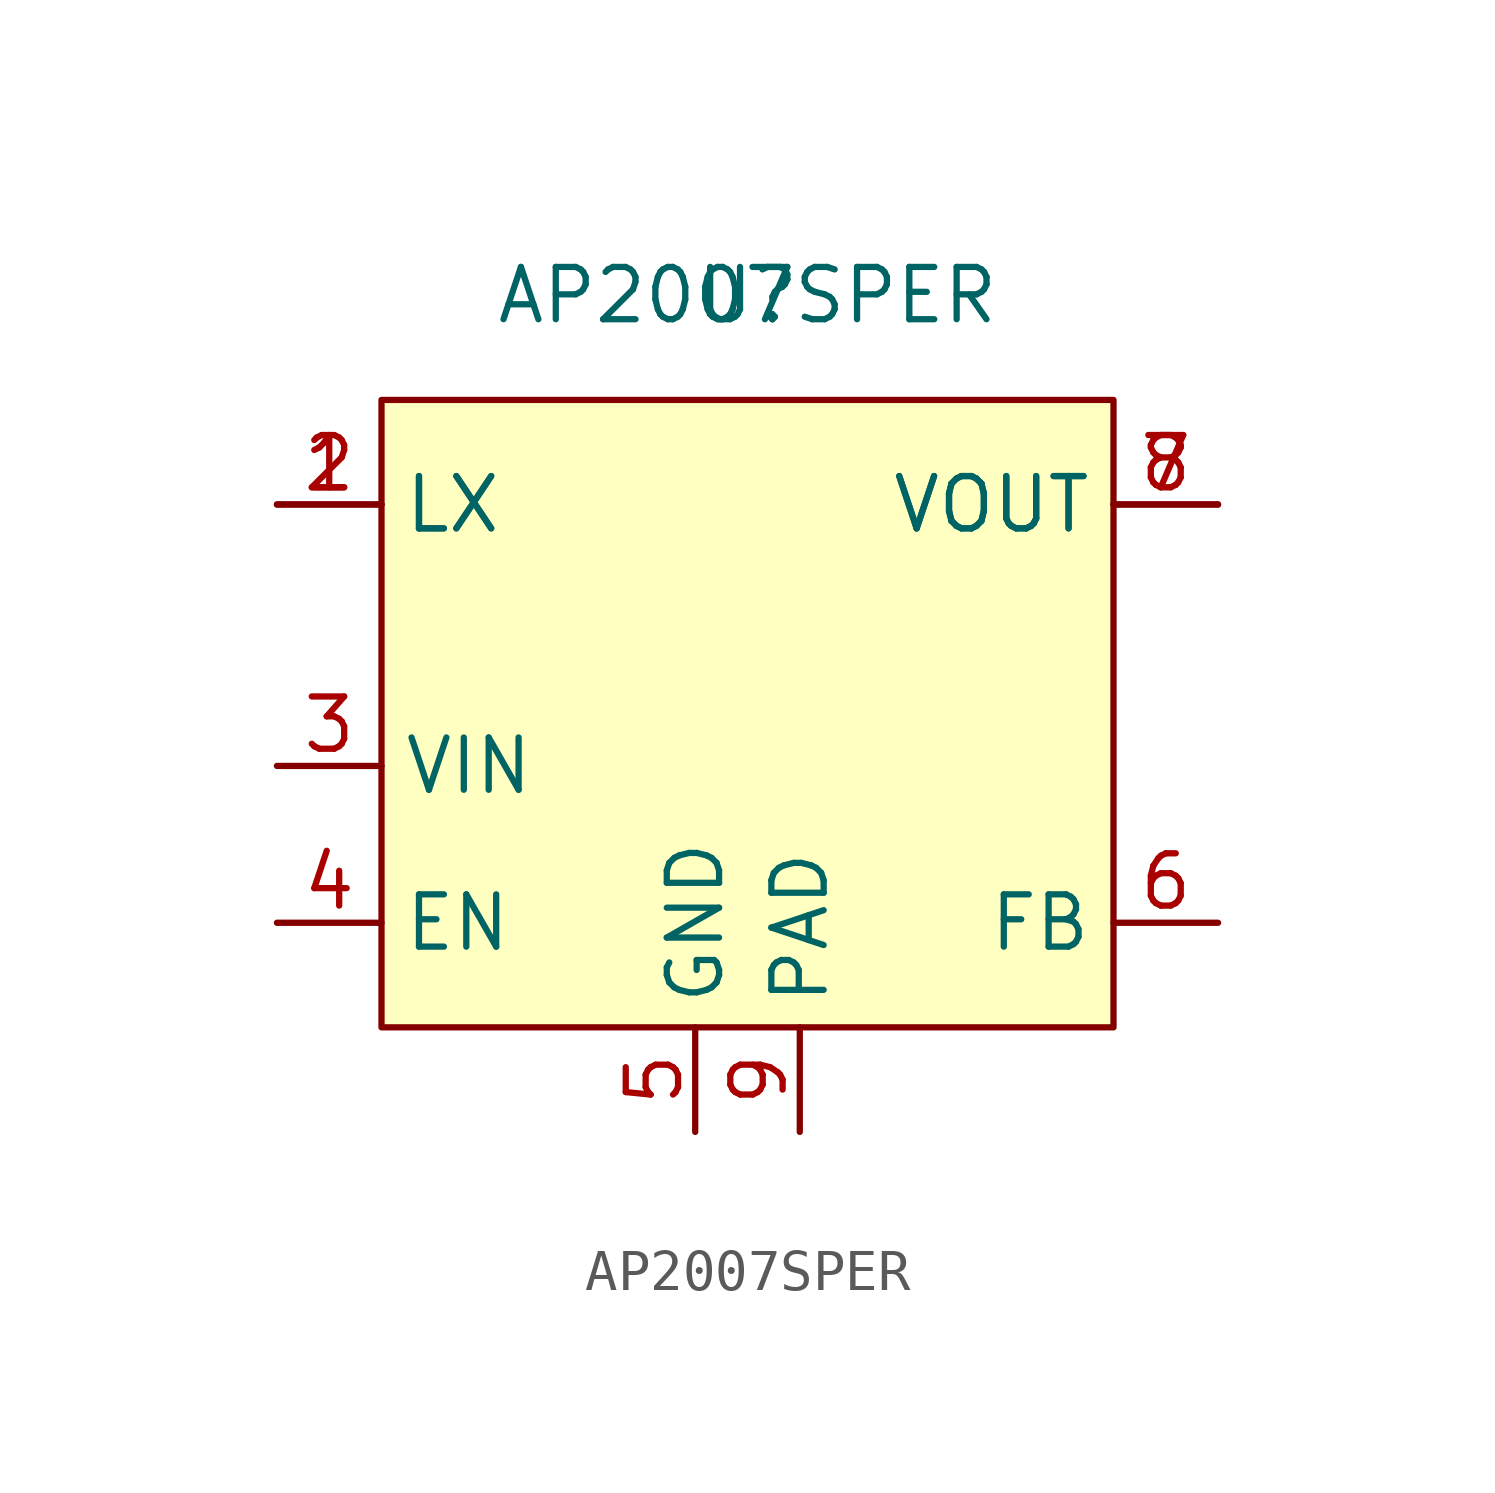
<source format=kicad_sym>
(kicad_symbol_lib
  (version 20220914)
  (generator kicad_symbol_editor)
  (symbol "AP2007SPER"
    (property "Reference" "U"
      (at 0 10.16 0)
      (effects (font (size 1.27 1.27))))
    (property "Value" "AP2007SPER"
      (at 0 10.16 0)
      (effects (font (size 1.27 1.27))))
    (symbol "AP2007SPER_1_1"
      (rectangle (start -8.89 7.62) (end 8.89 -7.62) (stroke (width 0) (type default)) (fill (type background)))
      (pin power_in line (at -11.43 5.08 0) (length 2.54) (name "LX" (effects (font (size 1.27 1.27)))) (number "1" (effects (font (size 1.27 1.27)))))
      (pin power_in line (at -11.43 5.08 0) (length 2.54) (name "LX" (effects (font (size 1.27 1.27)))) (number "2" (effects (font (size 1.27 1.27)))))
      (pin input line (at -11.43 -1.27 0) (length 2.54) (name "VIN" (effects (font (size 1.27 1.27)))) (number "3" (effects (font (size 1.27 1.27)))))
      (pin input line (at -11.43 -5.08 0) (length 2.54) (name "EN" (effects (font (size 1.27 1.27)))) (number "4" (effects (font (size 1.27 1.27)))))
      (pin power_in line (at -1.27 -10.16 90) (length 2.54) (name "GND" (effects (font (size 1.27 1.27)))) (number "5" (effects (font (size 1.27 1.27)))))
      (pin input line (at 11.43 -5.08 180) (length 2.54) (name "FB" (effects (font (size 1.27 1.27)))) (number "6" (effects (font (size 1.27 1.27)))))
      (pin power_out line (at 11.43 5.08 180) (length 2.54) (name "VOUT" (effects (font (size 1.27 1.27)))) (number "7" (effects (font (size 1.27 1.27)))))
      (pin power_out line (at 11.43 5.08 180) (length 2.54) (name "VOUT" (effects (font (size 1.27 1.27)))) (number "8" (effects (font (size 1.27 1.27)))))
      (pin power_in line (at 1.27 -10.16 90) (length 2.54) (name "PAD" (effects (font (size 1.27 1.27)))) (number "9" (effects (font (size 1.27 1.27))))))))
</source>
